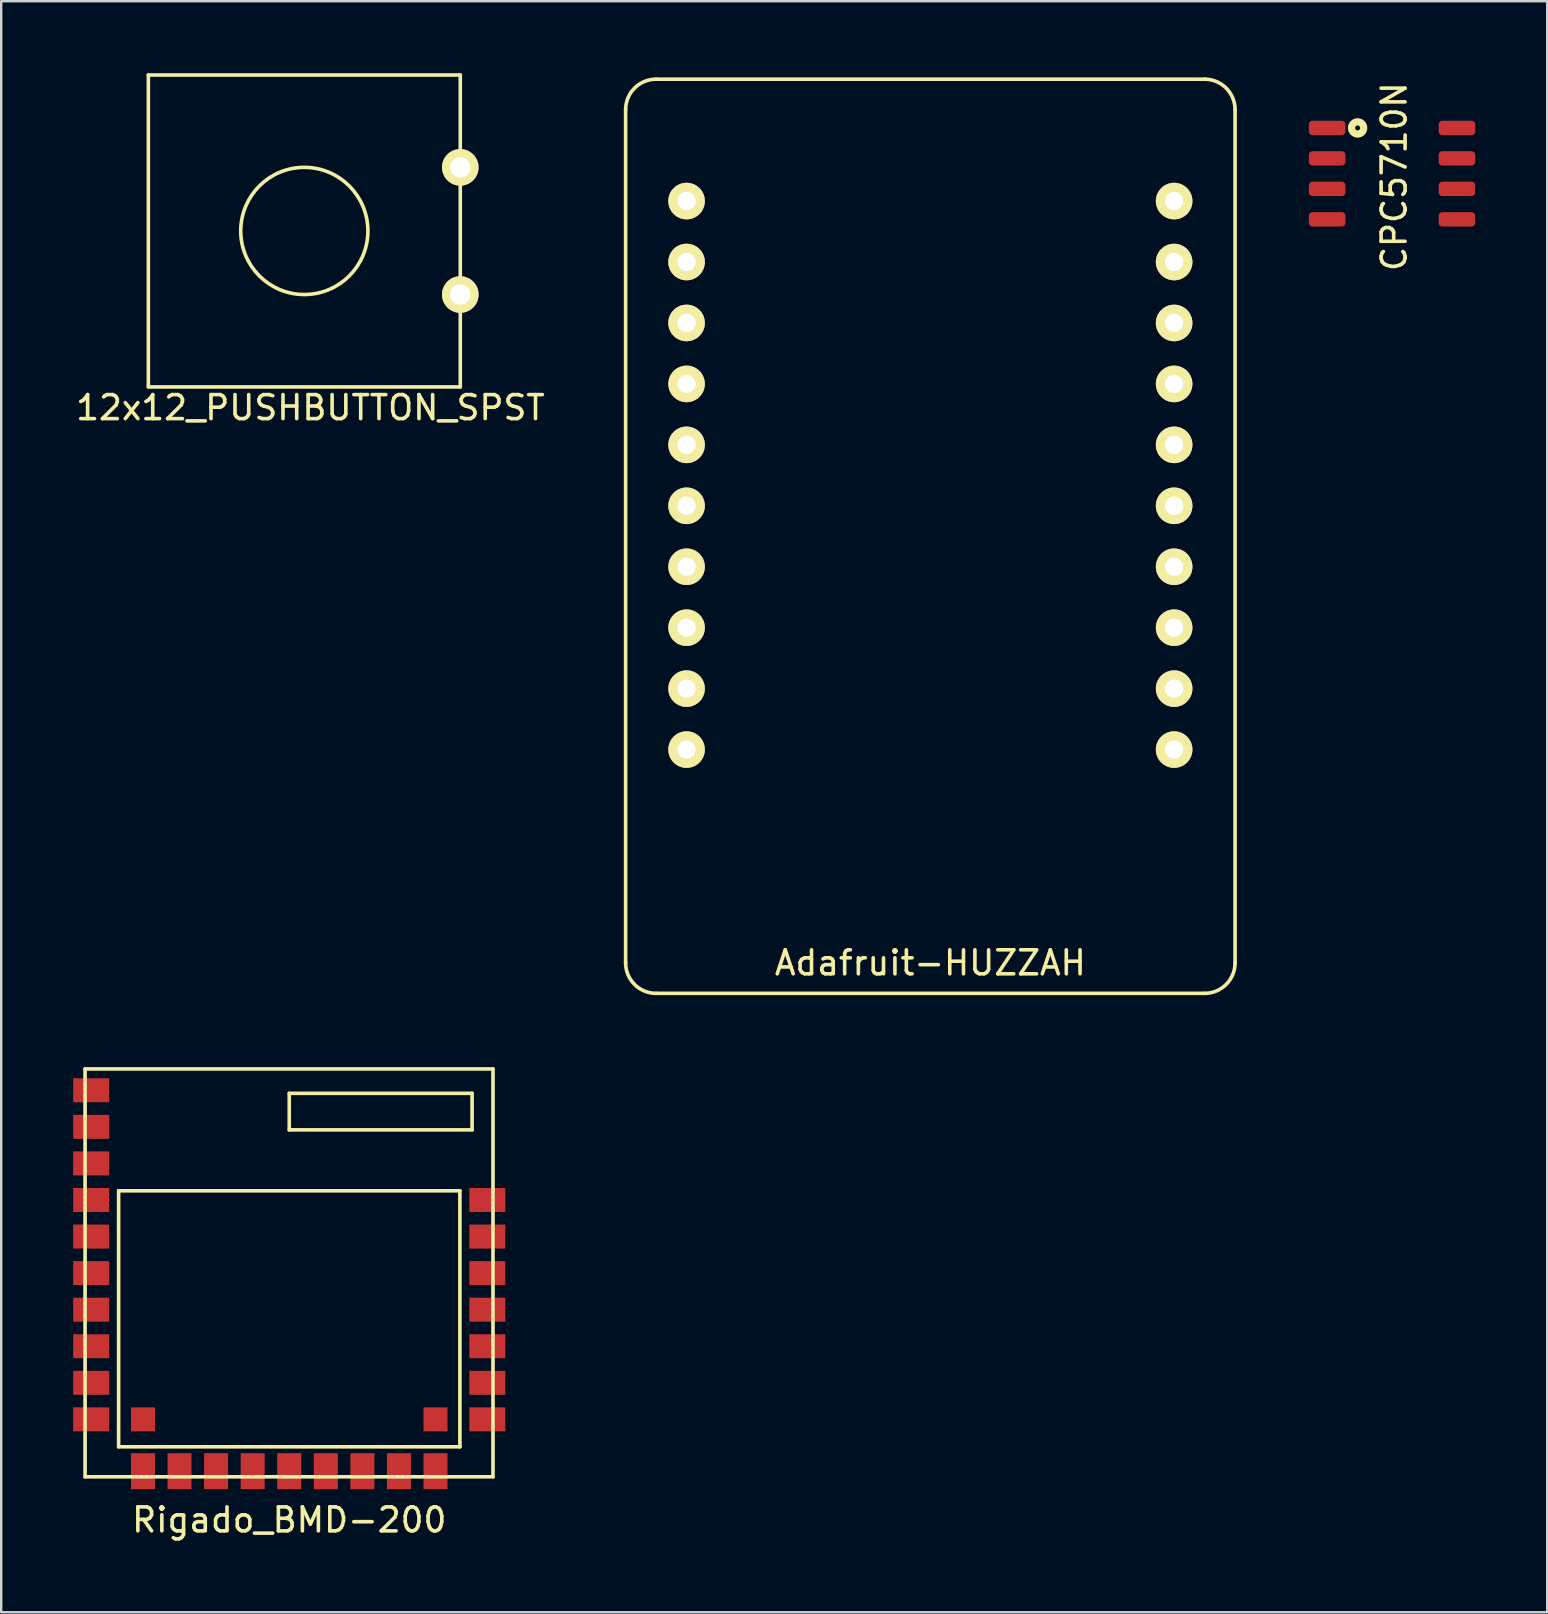
<source format=kicad_pcb>
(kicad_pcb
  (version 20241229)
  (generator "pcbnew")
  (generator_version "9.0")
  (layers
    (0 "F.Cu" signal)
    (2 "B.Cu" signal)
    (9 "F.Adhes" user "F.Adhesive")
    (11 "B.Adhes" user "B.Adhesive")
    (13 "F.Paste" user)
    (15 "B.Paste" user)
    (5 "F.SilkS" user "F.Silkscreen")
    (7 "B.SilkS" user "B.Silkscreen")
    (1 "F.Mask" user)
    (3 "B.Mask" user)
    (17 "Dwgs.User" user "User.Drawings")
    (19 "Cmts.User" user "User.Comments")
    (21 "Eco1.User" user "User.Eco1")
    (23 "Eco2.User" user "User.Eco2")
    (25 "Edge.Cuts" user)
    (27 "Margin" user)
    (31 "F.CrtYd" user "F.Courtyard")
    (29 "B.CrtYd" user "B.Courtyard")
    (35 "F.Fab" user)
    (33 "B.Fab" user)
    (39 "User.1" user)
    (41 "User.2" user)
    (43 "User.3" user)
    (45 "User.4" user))
  (footprint "CPC5710N"
    (layer "F.Cu")
    (at 55.055 0.25)
    (property "Reference" "CPC5710N" (at 0 4.064 90) (layer "F.SilkS") (effects (font (size 1 1) (thickness 0.15))))
    (attr smd)
    (fp_circle (center -1.524 2.032) (end -1.27 2.032) (stroke (width 0.3) (type solid)) (fill no) (layer "F.SilkS"))
    (pad "1" smd roundrect (at -2.794 2.032) (size 1.524 0.6) (layers "F.Cu" "F.Mask" "F.Paste") (roundrect_rratio 0.25))
    (pad "2" smd roundrect (at -2.794 3.302) (size 1.524 0.6) (layers "F.Cu" "F.Mask" "F.Paste") (roundrect_rratio 0.25))
    (pad "3" smd roundrect (at -2.794 4.572) (size 1.524 0.6) (layers "F.Cu" "F.Mask" "F.Paste") (roundrect_rratio 0.25))
    (pad "4" smd roundrect (at -2.794 5.842) (size 1.524 0.6) (layers "F.Cu" "F.Mask" "F.Paste") (roundrect_rratio 0.25))
    (pad "5" smd roundrect (at 2.616 5.842) (size 1.524 0.6) (layers "F.Cu" "F.Mask" "F.Paste") (roundrect_rratio 0.25))
    (pad "6" smd roundrect (at 2.616 4.572) (size 1.524 0.6) (layers "F.Cu" "F.Mask" "F.Paste") (roundrect_rratio 0.25))
    (pad "7" smd roundrect (at 2.616 3.302) (size 1.524 0.6) (layers "F.Cu" "F.Mask" "F.Paste") (roundrect_rratio 0.25))
    (pad "8" smd roundrect (at 2.616 2.032) (size 1.524 0.6) (layers "F.Cu" "F.Mask" "F.Paste") (roundrect_rratio 0.25)))
  (footprint "Adafruit-HUZZAH"
    (layer "F.Cu")
    (at 23.024 0.25)
    (property "Reference" "Adafruit-HUZZAH" (at 12.7 36.83 0) (layer "F.SilkS") (effects (font (size 1 1) (thickness 0.15))))
    (attr through_hole)
    (fp_line (start 0 1.27) (end 0 36.83) (stroke (width 0.15) (type solid)) (layer "F.SilkS"))
    (fp_line (start 1.27 0) (end 24.13 0) (stroke (width 0.15) (type solid)) (layer "F.SilkS"))
    (fp_line (start 1.27 38.1) (end 24.13 38.1) (stroke (width 0.15) (type solid)) (layer "F.SilkS"))
    (fp_line (start 25.4 36.83) (end 25.4 1.27) (stroke (width 0.15) (type solid)) (layer "F.SilkS"))
    (fp_arc (start 0 1.27) (mid 0.371974 0.371974) (end 1.27 0) (stroke (width 0.15) (type solid)) (layer "F.SilkS"))
    (fp_arc (start 1.27 38.1) (mid 0.371974 37.728026) (end 0 36.83) (stroke (width 0.15) (type solid)) (layer "F.SilkS"))
    (fp_arc (start 24.13 0) (mid 25.028026 0.371974) (end 25.4 1.27) (stroke (width 0.15) (type solid)) (layer "F.SilkS"))
    (fp_arc (start 25.4 36.83) (mid 25.028026 37.728026) (end 24.13 38.1) (stroke (width 0.15) (type solid)) (layer "F.SilkS"))
    (pad "1" thru_hole circle (at 2.54 5.08) (size 1.524 1.524) (drill 0.762) (layers "*.Cu" "*.Mask" "F.SilkS"))
    (pad "2" thru_hole circle (at 22.86 5.08) (size 1.524 1.524) (drill 0.762) (layers "*.Cu" "*.Mask" "F.SilkS"))
    (pad "3" thru_hole circle (at 2.54 7.62) (size 1.524 1.524) (drill 0.762) (layers "*.Cu" "*.Mask" "F.SilkS"))
    (pad "4" thru_hole circle (at 22.86 7.62) (size 1.524 1.524) (drill 0.762) (layers "*.Cu" "*.Mask" "F.SilkS"))
    (pad "5" thru_hole circle (at 2.54 10.16) (size 1.524 1.524) (drill 0.762) (layers "*.Cu" "*.Mask" "F.SilkS"))
    (pad "6" thru_hole circle (at 22.86 10.16) (size 1.524 1.524) (drill 0.762) (layers "*.Cu" "*.Mask" "F.SilkS"))
    (pad "7" thru_hole circle (at 2.54 12.7) (size 1.524 1.524) (drill 0.762) (layers "*.Cu" "*.Mask" "F.SilkS"))
    (pad "8" thru_hole circle (at 22.86 12.7) (size 1.524 1.524) (drill 0.762) (layers "*.Cu" "*.Mask" "F.SilkS"))
    (pad "9" thru_hole circle (at 2.54 15.24) (size 1.524 1.524) (drill 0.762) (layers "*.Cu" "*.Mask" "F.SilkS"))
    (pad "10" thru_hole circle (at 22.86 15.24) (size 1.524 1.524) (drill 0.762) (layers "*.Cu" "*.Mask" "F.SilkS"))
    (pad "11" thru_hole circle (at 2.54 17.78) (size 1.524 1.524) (drill 0.762) (layers "*.Cu" "*.Mask" "F.SilkS"))
    (pad "12" thru_hole circle (at 22.86 17.78) (size 1.524 1.524) (drill 0.762) (layers "*.Cu" "*.Mask" "F.SilkS"))
    (pad "13" thru_hole circle (at 2.54 20.32) (size 1.524 1.524) (drill 0.762) (layers "*.Cu" "*.Mask" "F.SilkS"))
    (pad "14" thru_hole circle (at 22.86 20.32) (size 1.524 1.524) (drill 0.762) (layers "*.Cu" "*.Mask" "F.SilkS"))
    (pad "15" thru_hole circle (at 2.54 22.86) (size 1.524 1.524) (drill 0.762) (layers "*.Cu" "*.Mask" "F.SilkS"))
    (pad "16" thru_hole circle (at 22.86 22.86) (size 1.524 1.524) (drill 0.762) (layers "*.Cu" "*.Mask" "F.SilkS"))
    (pad "17" thru_hole circle (at 2.54 25.4) (size 1.524 1.524) (drill 0.762) (layers "*.Cu" "*.Mask" "F.SilkS"))
    (pad "18" thru_hole circle (at 22.86 25.4) (size 1.524 1.524) (drill 0.762) (layers "*.Cu" "*.Mask" "F.SilkS"))
    (pad "19" thru_hole circle (at 2.54 27.94) (size 1.524 1.524) (drill 0.762) (layers "*.Cu" "*.Mask" "F.SilkS"))
    (pad "20" thru_hole circle (at 22.86 27.94) (size 1.524 1.524) (drill 0.762) (layers "*.Cu" "*.Mask" "F.SilkS")))
  (footprint "Rigado_BMD-200"
    (layer "F.Cu")
    (at 9.005 50.136)
    (property "Reference" "Rigado_BMD-200" (at 0 10.16 0) (layer "F.SilkS") (effects (font (size 1 1) (thickness 0.15))))
    (attr through_hole)
    (fp_line (start -8.509 -8.636) (end -8.509 8.364) (stroke (width 0.15) (type solid)) (layer "F.SilkS"))
    (fp_line (start -8.509 -8.636) (end 8.491 -8.636) (stroke (width 0.15) (type solid)) (layer "F.SilkS"))
    (fp_line (start -7.112 -3.556) (end -7.112 7.112) (stroke (width 0.15) (type solid)) (layer "F.SilkS"))
    (fp_line (start -7.112 7.112) (end 7.112 7.112) (stroke (width 0.15) (type solid)) (layer "F.SilkS"))
    (fp_line (start 0 -7.62) (end 0 -6.096) (stroke (width 0.15) (type solid)) (layer "F.SilkS"))
    (fp_line (start 0 -6.096) (end 7.62 -6.096) (stroke (width 0.15) (type solid)) (layer "F.SilkS"))
    (fp_line (start 7.112 -3.556) (end -7.112 -3.556) (stroke (width 0.15) (type solid)) (layer "F.SilkS"))
    (fp_line (start 7.112 7.112) (end 7.112 -3.556) (stroke (width 0.15) (type solid)) (layer "F.SilkS"))
    (fp_line (start 7.62 -7.62) (end 0 -7.62) (stroke (width 0.15) (type solid)) (layer "F.SilkS"))
    (fp_line (start 7.62 -6.096) (end 7.62 -7.62) (stroke (width 0.15) (type solid)) (layer "F.SilkS"))
    (fp_line (start 8.491 -8.636) (end 8.491 8.364) (stroke (width 0.15) (type solid)) (layer "F.SilkS"))
    (fp_line (start 8.491 8.364) (end -8.509 8.364) (stroke (width 0.15) (type solid)) (layer "F.SilkS"))
    (pad "1" smd rect (at -8.255 -7.747 270) (size 1 1.5) (layers "F.Cu" "F.Mask" "F.Paste"))
    (pad "2" smd rect (at -8.255 -6.223 270) (size 1 1.5) (layers "F.Cu" "F.Mask" "F.Paste"))
    (pad "3" smd rect (at -8.255 -4.699 270) (size 1 1.5) (layers "F.Cu" "F.Mask" "F.Paste"))
    (pad "4" smd rect (at -8.255 -3.175 270) (size 1 1.5) (layers "F.Cu" "F.Mask" "F.Paste"))
    (pad "5" smd rect (at -8.255 -1.651 270) (size 1 1.5) (layers "F.Cu" "F.Mask" "F.Paste"))
    (pad "6" smd rect (at -8.255 -0.127 270) (size 1 1.5) (layers "F.Cu" "F.Mask" "F.Paste"))
    (pad "7" smd rect (at -8.255 1.397 270) (size 1 1.5) (layers "F.Cu" "F.Mask" "F.Paste"))
    (pad "8" smd rect (at -8.255 2.921 270) (size 1 1.5) (layers "F.Cu" "F.Mask" "F.Paste"))
    (pad "9" smd rect (at -8.255 4.445 270) (size 1 1.5) (layers "F.Cu" "F.Mask" "F.Paste"))
    (pad "10" smd rect (at -8.255 5.969 270) (size 1 1.5) (layers "F.Cu" "F.Mask" "F.Paste"))
    (pad "11" smd rect (at -6.096 8.128) (size 1 1.5) (layers "F.Cu" "F.Mask" "F.Paste"))
    (pad "12" smd rect (at -4.572 8.128) (size 1 1.5) (layers "F.Cu" "F.Mask" "F.Paste"))
    (pad "13" smd rect (at -3.048 8.128) (size 1 1.5) (layers "F.Cu" "F.Mask" "F.Paste"))
    (pad "14" smd rect (at -1.524 8.128) (size 1 1.5) (layers "F.Cu" "F.Mask" "F.Paste"))
    (pad "15" smd rect (at 0 8.128) (size 1 1.5) (layers "F.Cu" "F.Mask" "F.Paste"))
    (pad "16" smd rect (at 1.524 8.128) (size 1 1.5) (layers "F.Cu" "F.Mask" "F.Paste"))
    (pad "17" smd rect (at 3.048 8.128) (size 1 1.5) (layers "F.Cu" "F.Mask" "F.Paste"))
    (pad "18" smd rect (at 4.572 8.128) (size 1 1.5) (layers "F.Cu" "F.Mask" "F.Paste"))
    (pad "19" smd rect (at 6.096 8.128) (size 1 1.5) (layers "F.Cu" "F.Mask" "F.Paste"))
    (pad "20" smd rect (at 8.255 5.969 270) (size 1 1.5) (layers "F.Cu" "F.Mask" "F.Paste"))
    (pad "21" smd rect (at 8.255 4.445 270) (size 1 1.5) (layers "F.Cu" "F.Mask" "F.Paste"))
    (pad "22" smd rect (at 8.255 2.921 270) (size 1 1.5) (layers "F.Cu" "F.Mask" "F.Paste"))
    (pad "23" smd rect (at 8.255 1.397 270) (size 1 1.5) (layers "F.Cu" "F.Mask" "F.Paste"))
    (pad "24" smd rect (at 8.255 -0.127 270) (size 1 1.5) (layers "F.Cu" "F.Mask" "F.Paste"))
    (pad "25" smd rect (at 8.255 -1.651 270) (size 1 1.5) (layers "F.Cu" "F.Mask" "F.Paste"))
    (pad "26" smd rect (at 8.255 -3.175 270) (size 1 1.5) (layers "F.Cu" "F.Mask" "F.Paste"))
    (pad "27" smd rect (at -6.096 5.969 90) (size 1 1) (layers "F.Cu" "F.Mask" "F.Paste"))
    (pad "28" smd rect (at 6.096 5.969 90) (size 1 1) (layers "F.Cu" "F.Mask" "F.Paste")))
  (footprint "12x12_PUSHBUTTON_SPST"
    (layer "F.Cu")
    (at 9.633 6.575)
    (property "Reference" "12x12_PUSHBUTTON_SPST" (at 0.254 7.366 0) (layer "F.SilkS") (effects (font (size 1 1) (thickness 0.15))))
    (attr through_hole)
    (fp_line (start -6.5 -6.5) (end 6.5 -6.5) (stroke (width 0.15) (type solid)) (layer "F.SilkS"))
    (fp_line (start -6.5 6.5) (end -6.5 -6.5) (stroke (width 0.15) (type solid)) (layer "F.SilkS"))
    (fp_line (start 6.5 -6.5) (end 6.5 6.5) (stroke (width 0.15) (type solid)) (layer "F.SilkS"))
    (fp_line (start 6.5 6.5) (end -6.5 6.5) (stroke (width 0.15) (type solid)) (layer "F.SilkS"))
    (fp_circle (center 0 0) (end 2.65 0) (stroke (width 0.15) (type solid)) (fill no) (layer "F.SilkS"))
    (pad "1" thru_hole circle (at 6.5 -2.65) (size 1.524 1.524) (drill 0.85) (layers "*.Cu" "*.Mask" "F.SilkS"))
    (pad "2" thru_hole circle (at 6.5 2.65) (size 1.524 1.524) (drill 0.85) (layers "*.Cu" "*.Mask" "F.SilkS")))
  (gr_rect
    (start -3 -3)
    (end 61.433 64.144)
    (stroke (width 0.1) (type default))
    (fill no)
    (layer "Edge.Cuts")))
</source>
